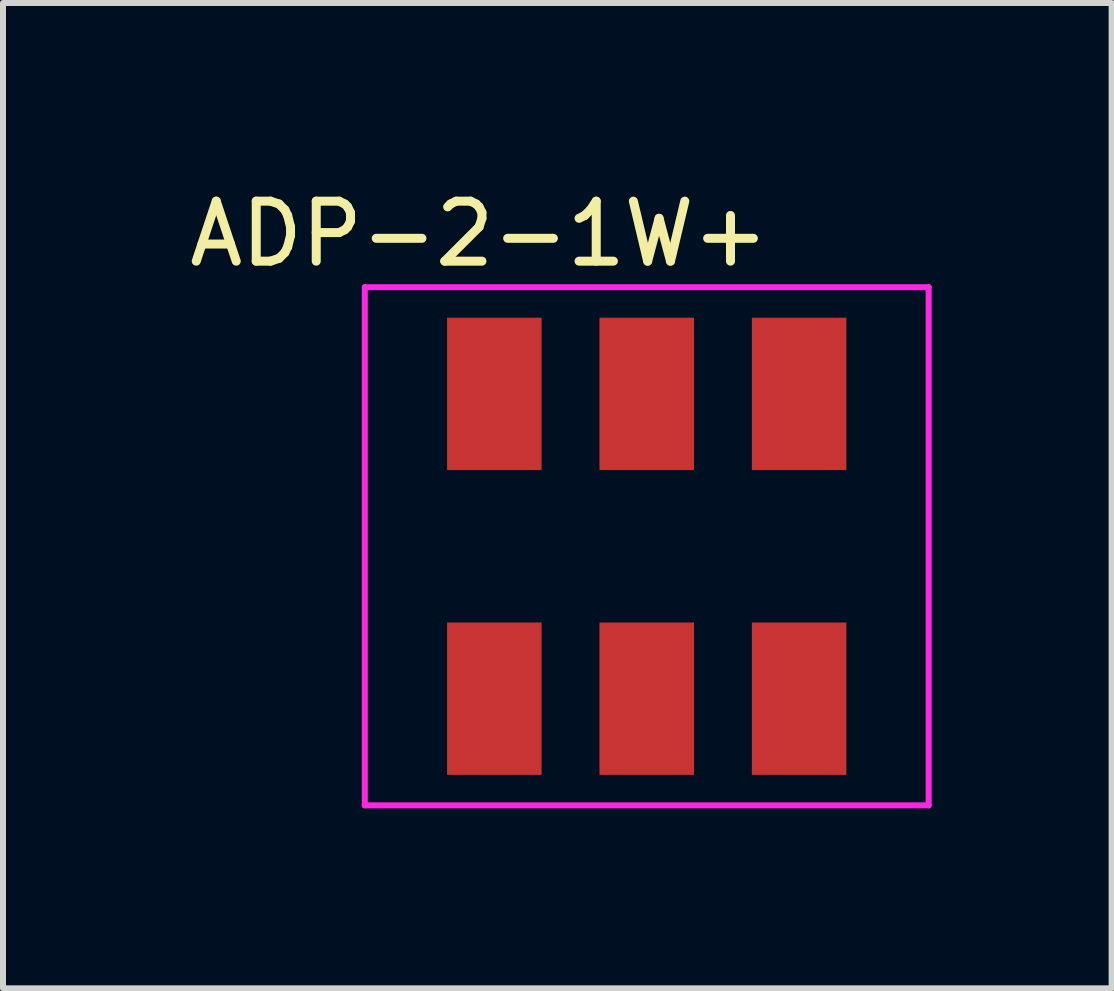
<source format=kicad_pcb>
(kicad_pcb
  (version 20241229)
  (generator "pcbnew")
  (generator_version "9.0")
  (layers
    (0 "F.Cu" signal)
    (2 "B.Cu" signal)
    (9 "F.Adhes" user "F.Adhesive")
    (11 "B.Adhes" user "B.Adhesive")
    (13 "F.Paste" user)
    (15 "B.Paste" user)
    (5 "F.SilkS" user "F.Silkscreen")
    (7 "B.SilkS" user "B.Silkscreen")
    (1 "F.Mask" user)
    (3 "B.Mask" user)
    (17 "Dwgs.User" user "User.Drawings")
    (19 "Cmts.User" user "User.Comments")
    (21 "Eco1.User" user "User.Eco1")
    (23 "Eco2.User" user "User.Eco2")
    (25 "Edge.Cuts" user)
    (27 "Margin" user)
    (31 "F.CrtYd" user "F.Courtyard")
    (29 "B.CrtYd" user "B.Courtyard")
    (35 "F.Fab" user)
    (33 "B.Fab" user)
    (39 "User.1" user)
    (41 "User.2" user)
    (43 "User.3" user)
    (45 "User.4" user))
  (footprint "ADP-2-1W+"
    (layer "F.Cu")
    (at 7.729 6.055)
    (property "Reference" "ADP-2-1W+" (at -2.794 -5.207 0) (layer "F.SilkS") (effects (font (size 1 1) (thickness 0.15))))
    (attr smd)
    (fp_line (start -4.699 -4.318) (end -4.699 4.318) (stroke (width 0.1) (type solid)) (layer "F.CrtYd"))
    (fp_line (start 4.699 -4.318) (end -4.699 -4.318) (stroke (width 0.1) (type solid)) (layer "F.CrtYd"))
    (fp_line (start 4.699 -4.318) (end 4.699 4.318) (stroke (width 0.1) (type solid)) (layer "F.CrtYd"))
    (fp_line (start 4.699 4.318) (end -4.699 4.318) (stroke (width 0.1) (type solid)) (layer "F.CrtYd"))
    (pad "1" smd rect (at -2.54 2.54) (size 1.575 2.54) (layers "F.Cu" "F.Mask" "F.Paste"))
    (pad "2" smd rect (at 0 2.54) (size 1.575 2.54) (layers "F.Cu" "F.Mask" "F.Paste"))
    (pad "3" smd rect (at 2.54 2.54) (size 1.575 2.54) (layers "F.Cu" "F.Mask" "F.Paste"))
    (pad "4" smd rect (at 2.54 -2.54) (size 1.575 2.54) (layers "F.Cu" "F.Mask" "F.Paste"))
    (pad "5" smd rect (at 0 -2.54) (size 1.575 2.54) (layers "F.Cu" "F.Mask" "F.Paste"))
    (pad "6" smd rect (at -2.54 -2.54) (size 1.575 2.54) (layers "F.Cu" "F.Mask" "F.Paste")))
  (gr_rect
    (start -3 -3)
    (end 15.478 13.423)
    (stroke (width 0.1) (type default))
    (fill no)
    (layer "Edge.Cuts")))
</source>
